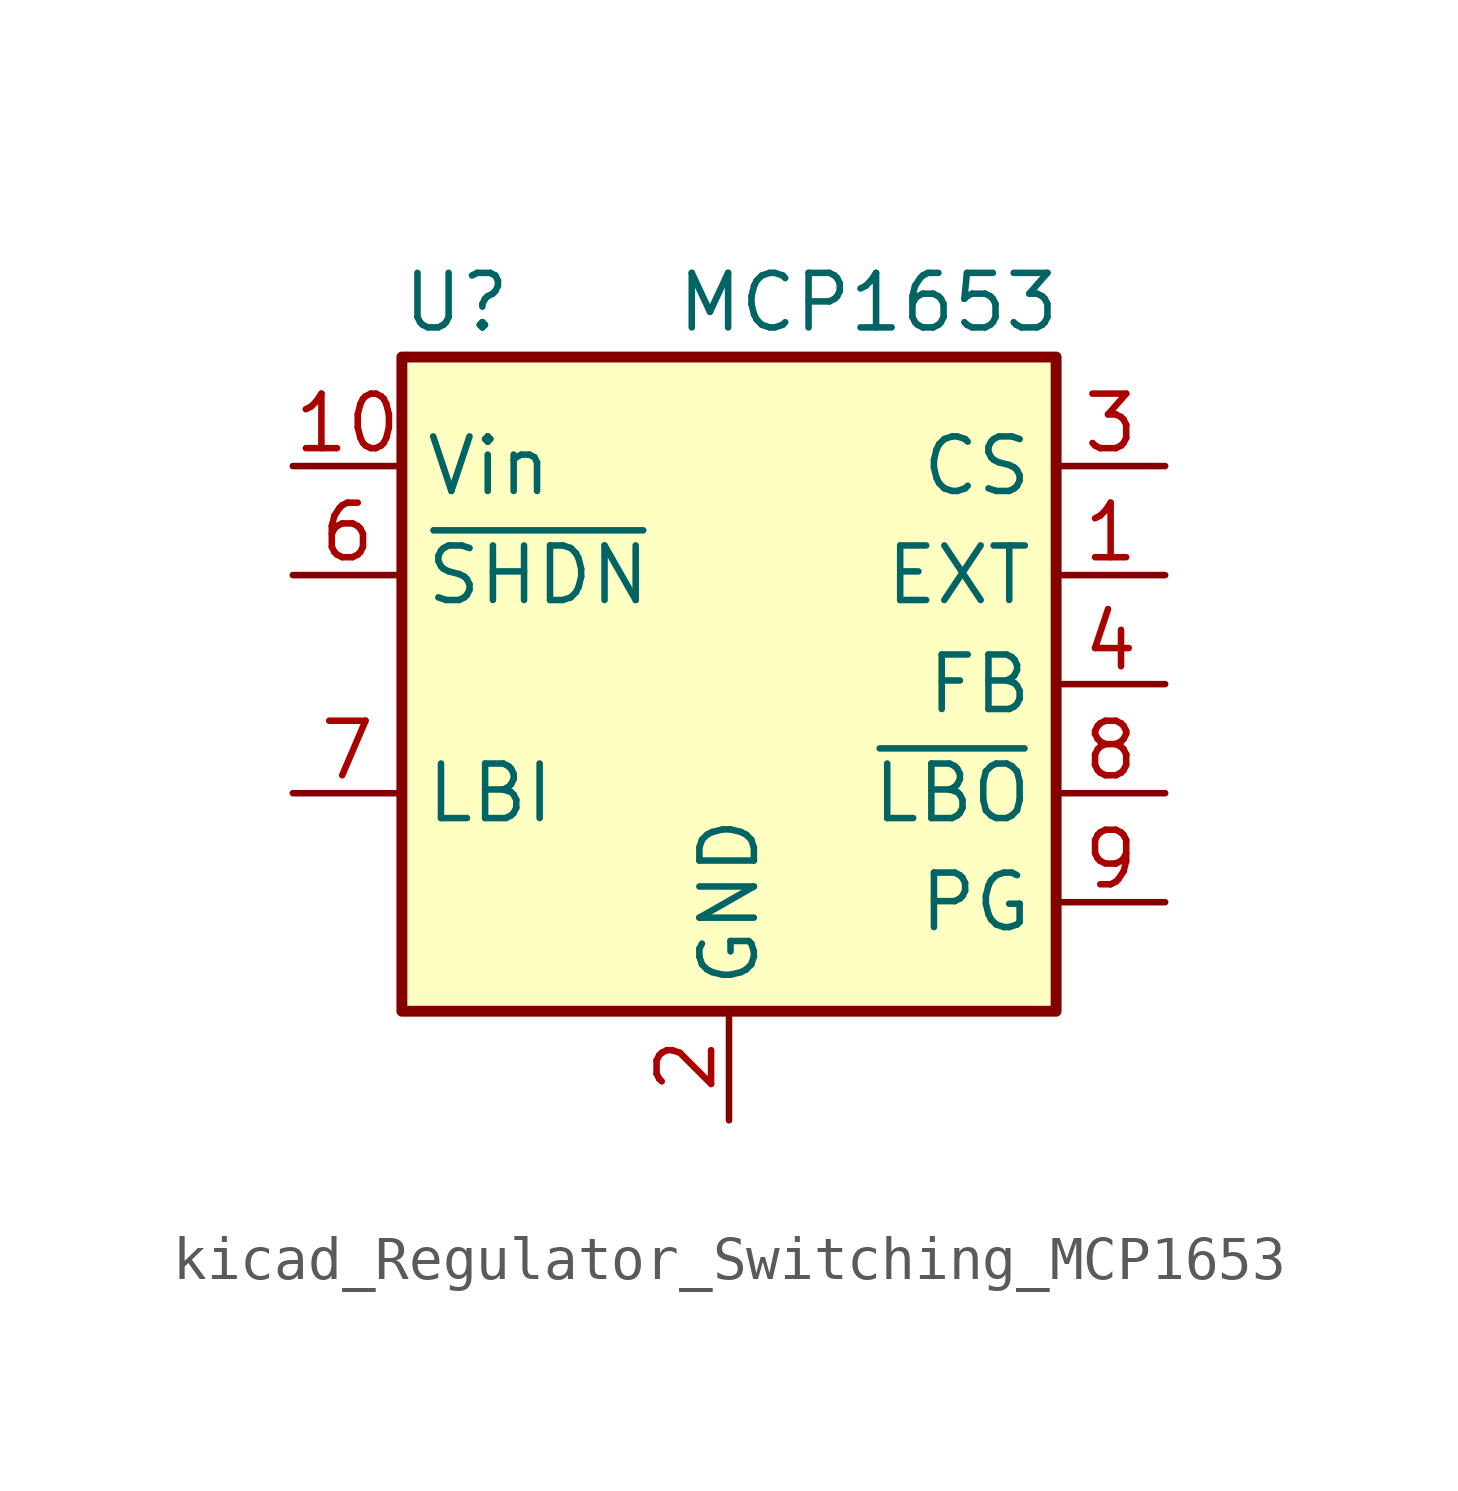
<source format=kicad_sym>
(kicad_symbol_lib
  (version 20220914)
  (generator kicad_symbol_editor)
  (symbol "kicad_Regulator_Switching_MCP1653"
    (property "Reference" "U"
      (at -6.35 8.89 0)
      (effects (font (size 1.27 1.27))))
    (property "Value" "MCP1653"
      (at -1.27 8.89 0)
      (effects (font (size 1.27 1.27)) (justify left)))
    (symbol "kicad_Regulator_Switching_MCP1653_0_1"
      (rectangle (start -7.62 7.62) (end 7.62 -7.62) (stroke (width 0.254) (type default)) (fill (type background))))
    (symbol "kicad_Regulator_Switching_MCP1653_1_1"
      (pin open_emitter line (at 10.16 2.54 180) (length 2.54) (name "EXT" (effects (font (size 1.27 1.27)))) (number "1" (effects (font (size 1.27 1.27)))))
      (pin power_in line (at -10.16 5.08 0) (length 2.54) (name "Vin" (effects (font (size 1.27 1.27)))) (number "10" (effects (font (size 1.27 1.27)))))
      (pin power_in line (at 0 -10.16 90) (length 2.54) (name "GND" (effects (font (size 1.27 1.27)))) (number "2" (effects (font (size 1.27 1.27)))))
      (pin input line (at 10.16 5.08 180) (length 2.54) (name "CS" (effects (font (size 1.27 1.27)))) (number "3" (effects (font (size 1.27 1.27)))))
      (pin input line (at 10.16 0 180) (length 2.54) (name "FB" (effects (font (size 1.27 1.27)))) (number "4" (effects (font (size 1.27 1.27)))))
      (pin no_connect line (at -7.62 0 0) (length 2.54) hide (name "NC" (effects (font (size 1.27 1.27)))) (number "5" (effects (font (size 1.27 1.27)))))
      (pin input line (at -10.16 2.54 0) (length 2.54) (name "~{SHDN}" (effects (font (size 1.27 1.27)))) (number "6" (effects (font (size 1.27 1.27)))))
      (pin input line (at -10.16 -2.54 0) (length 2.54) (name "LBI" (effects (font (size 1.27 1.27)))) (number "7" (effects (font (size 1.27 1.27)))))
      (pin output line (at 10.16 -2.54 180) (length 2.54) (name "~{LBO}" (effects (font (size 1.27 1.27)))) (number "8" (effects (font (size 1.27 1.27)))))
      (pin output line (at 10.16 -5.08 180) (length 2.54) (name "PG" (effects (font (size 1.27 1.27)))) (number "9" (effects (font (size 1.27 1.27))))))))
</source>
